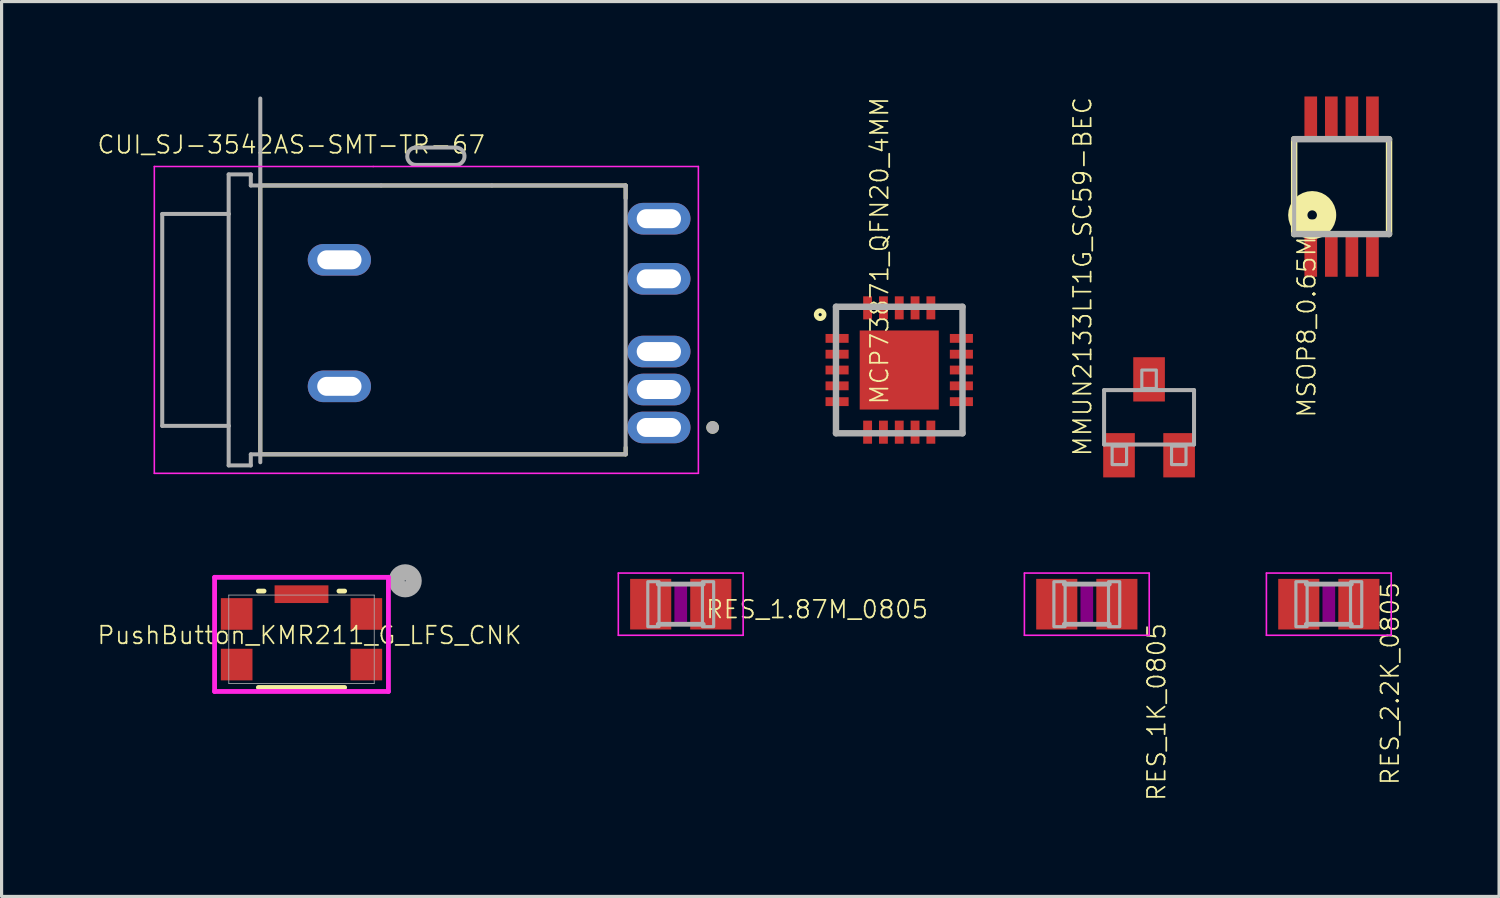
<source format=kicad_pcb>
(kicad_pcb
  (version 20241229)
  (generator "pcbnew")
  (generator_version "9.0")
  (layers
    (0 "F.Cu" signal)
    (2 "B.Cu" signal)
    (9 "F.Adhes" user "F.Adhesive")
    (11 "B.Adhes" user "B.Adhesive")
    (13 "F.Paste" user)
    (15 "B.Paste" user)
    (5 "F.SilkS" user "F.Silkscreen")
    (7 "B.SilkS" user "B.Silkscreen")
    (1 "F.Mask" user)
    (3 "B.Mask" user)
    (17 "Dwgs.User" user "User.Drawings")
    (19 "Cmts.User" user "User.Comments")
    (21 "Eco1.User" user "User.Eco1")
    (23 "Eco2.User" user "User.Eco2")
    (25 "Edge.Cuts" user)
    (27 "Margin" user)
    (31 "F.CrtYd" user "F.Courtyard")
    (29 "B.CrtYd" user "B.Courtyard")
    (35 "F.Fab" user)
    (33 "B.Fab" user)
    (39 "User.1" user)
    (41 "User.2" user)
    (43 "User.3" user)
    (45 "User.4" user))
  (footprint "CUI_SJ-3542AS-SMT-TR-67"
    (layer "F.Cu")
    (at 5.179 7.064)
    (property "Reference" "CUI_SJ-3542AS-SMT-TR-67" (at 0.976 -5.539 0) (layer "F.SilkS") (effects (font (size 0.555 0.555) (thickness 0.055))))
    (attr through_hole)
    (fp_line (start 0 -4.25) (end 0 4.25) (stroke (width 0.127) (type solid)) (layer "F.SilkS"))
    (fp_line (start 0 -4.25) (end 11.55 -4.25) (stroke (width 0.127) (type solid)) (layer "F.SilkS"))
    (fp_line (start 11.55 -4.25) (end 11.55 -3.844) (stroke (width 0.127) (type solid)) (layer "F.SilkS"))
    (fp_line (start 11.55 4.034) (end 11.55 4.25) (stroke (width 0.127) (type solid)) (layer "F.SilkS"))
    (fp_line (start 11.55 4.25) (end 0 4.25) (stroke (width 0.127) (type solid)) (layer "F.SilkS"))
    (fp_circle (center 14.3 3.4) (end 14.4 3.4) (stroke (width 0.2) (type solid)) (fill no) (layer "F.SilkS"))
    (fp_line (start -3.35 -4.85) (end 3.57 -4.85) (stroke (width 0.05) (type solid)) (layer "F.CrtYd"))
    (fp_line (start -3.35 4.85) (end -3.35 -4.85) (stroke (width 0.05) (type solid)) (layer "F.CrtYd"))
    (fp_line (start -3.35 4.85) (end 13.85 4.85) (stroke (width 0.05) (type solid)) (layer "F.CrtYd"))
    (fp_line (start 3.57 -4.85) (end 13.85 -4.85) (stroke (width 0.05) (type solid)) (layer "F.CrtYd"))
    (fp_line (start 13.85 -4.85) (end 13.85 4.85) (stroke (width 0.05) (type solid)) (layer "F.CrtYd"))
    (fp_line (start -3.1 -3.35) (end -1 -3.35) (stroke (width 0.127) (type solid)) (layer "F.Fab"))
    (fp_line (start -3.1 3.35) (end -3.1 -3.35) (stroke (width 0.127) (type solid)) (layer "F.Fab"))
    (fp_line (start -1 -4.6) (end -1 -3.35) (stroke (width 0.127) (type solid)) (layer "F.Fab"))
    (fp_line (start -1 -3.35) (end -1 3.35) (stroke (width 0.127) (type solid)) (layer "F.Fab"))
    (fp_line (start -1 3.35) (end -3.1 3.35) (stroke (width 0.127) (type solid)) (layer "F.Fab"))
    (fp_line (start -1 3.35) (end -1 4.6) (stroke (width 0.127) (type solid)) (layer "F.Fab"))
    (fp_line (start -1 4.6) (end -0.3 4.6) (stroke (width 0.127) (type solid)) (layer "F.Fab"))
    (fp_line (start -0.3 -4.6) (end -1 -4.6) (stroke (width 0.127) (type solid)) (layer "F.Fab"))
    (fp_line (start -0.3 -4.25) (end -0.3 -4.6) (stroke (width 0.127) (type solid)) (layer "F.Fab"))
    (fp_line (start -0.3 -4.25) (end 3.82 -4.25) (stroke (width 0.127) (type solid)) (layer "F.Fab"))
    (fp_line (start -0.3 4.6) (end -0.3 4.25) (stroke (width 0.127) (type solid)) (layer "F.Fab"))
    (fp_line (start 0 4.5) (end 0 -7) (stroke (width 0.127) (type solid)) (layer "F.Fab"))
    (fp_line (start 3.82 -4.25) (end 7.32 -4.25) (stroke (width 0.127) (type solid)) (layer "F.Fab"))
    (fp_line (start 4.89 -5.45) (end 4.9 -5.45) (stroke (width 0.127) (type solid)) (layer "F.Fab"))
    (fp_line (start 4.9 -5.45) (end 6.18 -5.45) (stroke (width 0.127) (type solid)) (layer "F.Fab"))
    (fp_line (start 6.21 -4.9) (end 4.92 -4.9) (stroke (width 0.127) (type solid)) (layer "F.Fab"))
    (fp_line (start 7.32 -4.25) (end 11.55 -4.25) (stroke (width 0.127) (type solid)) (layer "F.Fab"))
    (fp_line (start 11.55 -4.25) (end 11.55 4.25) (stroke (width 0.127) (type solid)) (layer "F.Fab"))
    (fp_line (start 11.55 4.25) (end -0.3 4.25) (stroke (width 0.127) (type solid)) (layer "F.Fab"))
    (fp_arc (start 4.920001 -4.900001) (mid 4.644823 -5.165353) (end 4.9 -5.45) (stroke (width 0.127) (type solid)) (layer "F.Fab"))
    (fp_arc (start 6.180001 -5.45) (mid 6.455411 -5.189202) (end 6.21 -4.9) (stroke (width 0.127) (type solid)) (layer "F.Fab"))
    (fp_circle (center 14.3 3.4) (end 14.4 3.4) (stroke (width 0.2) (type solid)) (fill no) (layer "F.Fab"))
    (pad "1" thru_hole oval (at 12.6 3.4 180) (size 2 1) (drill oval 1.4 0.6) (layers "*.Cu" "*.Mask"))
    (pad "2" thru_hole oval (at 12.6 1 180) (size 2 1) (drill oval 1.4 0.6) (layers "*.Cu" "*.Mask"))
    (pad "3" thru_hole oval (at 12.6 2.2 180) (size 2 1) (drill oval 1.4 0.6) (layers "*.Cu" "*.Mask"))
    (pad "4" thru_hole oval (at 12.6 -3.2 180) (size 2 1) (drill oval 1.4 0.6) (layers "*.Cu" "*.Mask"))
    (pad "5" thru_hole oval (at 12.6 -1.3 180) (size 2 1) (drill oval 1.4 0.6) (layers "*.Cu" "*.Mask"))
    (pad "S1" thru_hole oval (at 2.5 -1.9 180) (size 2 1) (drill oval 1.4 0.6) (layers "*.Cu" "*.Mask"))
    (pad "S2" thru_hole oval (at 2.5 2.1 180) (size 2 1) (drill oval 1.4 0.6) (layers "*.Cu" "*.Mask")))
  (footprint "MCP73871_QFN20_4MM"
    (layer "F.Cu")
    (at 25.379 8.648)
    (property "Reference" "MCP73871_QFN20_4MM" (at -0.949 1.127 90) (layer "F.SilkS") (effects (font (size 0.555 0.555) (thickness 0.055)) (justify left top)))
    (fp_poly (pts (xy -2.4 -0.8) (xy -1.5 -0.8) (xy -1.5 -1.2) (xy -2.4 -1.2)) (stroke (width 0) (type default)) (fill yes) (layer "F.Mask"))
    (fp_poly (pts (xy -2.4 -0.3) (xy -1.5 -0.3) (xy -1.5 -0.7) (xy -2.4 -0.7)) (stroke (width 0) (type default)) (fill yes) (layer "F.Mask"))
    (fp_poly (pts (xy -2.4 0.2) (xy -1.5 0.2) (xy -1.5 -0.2) (xy -2.4 -0.2)) (stroke (width 0) (type default)) (fill yes) (layer "F.Mask"))
    (fp_poly (pts (xy -2.4 0.7) (xy -1.5 0.7) (xy -1.5 0.3) (xy -2.4 0.3)) (stroke (width 0) (type default)) (fill yes) (layer "F.Mask"))
    (fp_poly (pts (xy -2.4 1.2) (xy -1.5 1.2) (xy -1.5 0.8) (xy -2.4 0.8)) (stroke (width 0) (type default)) (fill yes) (layer "F.Mask"))
    (fp_poly (pts (xy -1.2 -2.4) (xy -1.2 -1.5) (xy -0.8 -1.5) (xy -0.8 -2.4)) (stroke (width 0) (type default)) (fill yes) (layer "F.Mask"))
    (fp_poly (pts (xy -0.8 2.4) (xy -0.8 1.5) (xy -1.2 1.5) (xy -1.2 2.4)) (stroke (width 0) (type default)) (fill yes) (layer "F.Mask"))
    (fp_poly (pts (xy -0.7 -2.4) (xy -0.7 -1.5) (xy -0.3 -1.5) (xy -0.3 -2.4)) (stroke (width 0) (type default)) (fill yes) (layer "F.Mask"))
    (fp_poly (pts (xy -0.3 2.4) (xy -0.3 1.5) (xy -0.7 1.5) (xy -0.7 2.4)) (stroke (width 0) (type default)) (fill yes) (layer "F.Mask"))
    (fp_poly (pts (xy -0.2 -2.4) (xy -0.2 -1.5) (xy 0.2 -1.5) (xy 0.2 -2.4)) (stroke (width 0) (type default)) (fill yes) (layer "F.Mask"))
    (fp_poly (pts (xy 0.2 2.4) (xy 0.2 1.5) (xy -0.2 1.5) (xy -0.2 2.4)) (stroke (width 0) (type default)) (fill yes) (layer "F.Mask"))
    (fp_poly (pts (xy 0.3 -2.4) (xy 0.3 -1.5) (xy 0.7 -1.5) (xy 0.7 -2.4)) (stroke (width 0) (type default)) (fill yes) (layer "F.Mask"))
    (fp_poly (pts (xy 0.7 2.4) (xy 0.7 1.5) (xy 0.3 1.5) (xy 0.3 2.4)) (stroke (width 0) (type default)) (fill yes) (layer "F.Mask"))
    (fp_poly (pts (xy 0.8 -2.4) (xy 0.8 -1.5) (xy 1.2 -1.5) (xy 1.2 -2.4)) (stroke (width 0) (type default)) (fill yes) (layer "F.Mask"))
    (fp_poly (pts (xy 1.2 2.4) (xy 1.2 1.5) (xy 0.8 1.5) (xy 0.8 2.4)) (stroke (width 0) (type default)) (fill yes) (layer "F.Mask"))
    (fp_poly (pts (xy 2.4 -1.2) (xy 1.5 -1.2) (xy 1.5 -0.8) (xy 2.4 -0.8)) (stroke (width 0) (type default)) (fill yes) (layer "F.Mask"))
    (fp_poly (pts (xy 2.4 -0.7) (xy 1.5 -0.7) (xy 1.5 -0.3) (xy 2.4 -0.3)) (stroke (width 0) (type default)) (fill yes) (layer "F.Mask"))
    (fp_poly (pts (xy 2.4 -0.2) (xy 1.5 -0.2) (xy 1.5 0.2) (xy 2.4 0.2)) (stroke (width 0) (type default)) (fill yes) (layer "F.Mask"))
    (fp_poly (pts (xy 2.4 0.3) (xy 1.5 0.3) (xy 1.5 0.7) (xy 2.4 0.7)) (stroke (width 0) (type default)) (fill yes) (layer "F.Mask"))
    (fp_poly (pts (xy 2.4 0.8) (xy 1.5 0.8) (xy 1.5 1.2) (xy 2.4 1.2)) (stroke (width 0) (type default)) (fill yes) (layer "F.Mask"))
    (fp_line (start -2 -2) (end -2 -1.5) (stroke (width 0.15) (type solid)) (layer "F.SilkS"))
    (fp_line (start -2 2) (end -2 1.5) (stroke (width 0.15) (type solid)) (layer "F.SilkS"))
    (fp_line (start -1.5 -2) (end -2 -2) (stroke (width 0.15) (type solid)) (layer "F.SilkS"))
    (fp_line (start -1.5 2) (end -2 2) (stroke (width 0.15) (type solid)) (layer "F.SilkS"))
    (fp_line (start 1.5 -2) (end 2 -2) (stroke (width 0.15) (type solid)) (layer "F.SilkS"))
    (fp_line (start 1.5 2) (end 2 2) (stroke (width 0.15) (type solid)) (layer "F.SilkS"))
    (fp_line (start 2 -2) (end 2 -1.5) (stroke (width 0.15) (type solid)) (layer "F.SilkS"))
    (fp_line (start 2 2) (end 2 1.5) (stroke (width 0.15) (type solid)) (layer "F.SilkS"))
    (fp_circle (center -2.5 -1.75) (end -2.375 -1.75) (stroke (width 0.15) (type solid)) (fill no) (layer "F.SilkS"))
    (fp_poly (pts (xy -1 -0.25) (xy -0.25 -0.25) (xy -0.25 -1) (xy -1 -1)) (stroke (width 0) (type default)) (fill yes) (layer "F.Paste"))
    (fp_poly (pts (xy -1 1) (xy -0.25 1) (xy -0.25 0.25) (xy -1 0.25)) (stroke (width 0) (type default)) (fill yes) (layer "F.Paste"))
    (fp_poly (pts (xy 0.25 -0.25) (xy 1 -0.25) (xy 1 -1) (xy 0.25 -1)) (stroke (width 0) (type default)) (fill yes) (layer "F.Paste"))
    (fp_poly (pts (xy 0.25 1) (xy 1 1) (xy 1 0.25) (xy 0.25 0.25)) (stroke (width 0) (type default)) (fill yes) (layer "F.Paste"))
    (fp_line (start -2 -2) (end 2 -2) (stroke (width 0.203) (type solid)) (layer "F.Fab"))
    (fp_line (start -2 2) (end -2 -2) (stroke (width 0.203) (type solid)) (layer "F.Fab"))
    (fp_line (start 2 -2) (end 2 2) (stroke (width 0.203) (type solid)) (layer "F.Fab"))
    (fp_line (start 2 2) (end -2 2) (stroke (width 0.203) (type solid)) (layer "F.Fab"))
    (pad "P$1" smd rect (at -1.965 -1 270) (size 0.28 0.73) (layers "F.Cu" "F.Paste"))
    (pad "P$2" smd rect (at -1.965 -0.5 270) (size 0.28 0.73) (layers "F.Cu" "F.Paste"))
    (pad "P$3" smd rect (at -1.965 0 270) (size 0.28 0.73) (layers "F.Cu" "F.Paste"))
    (pad "P$4" smd rect (at -1.965 0.5 270) (size 0.28 0.73) (layers "F.Cu" "F.Paste"))
    (pad "P$5" smd rect (at -1.965 1 270) (size 0.28 0.73) (layers "F.Cu" "F.Paste"))
    (pad "P$6" smd rect (at -1 1.965) (size 0.28 0.73) (layers "F.Cu" "F.Paste"))
    (pad "P$7" smd rect (at -0.5 1.965) (size 0.28 0.73) (layers "F.Cu" "F.Paste"))
    (pad "P$8" smd rect (at 0 1.965) (size 0.28 0.73) (layers "F.Cu" "F.Paste"))
    (pad "P$9" smd rect (at 0.5 1.965) (size 0.28 0.73) (layers "F.Cu" "F.Paste"))
    (pad "P$10" smd rect (at 1 1.965) (size 0.28 0.73) (layers "F.Cu" "F.Paste"))
    (pad "P$11" smd rect (at 1.965 1 90) (size 0.28 0.73) (layers "F.Cu" "F.Paste"))
    (pad "P$12" smd rect (at 1.965 0.5 90) (size 0.28 0.73) (layers "F.Cu" "F.Paste"))
    (pad "P$13" smd rect (at 1.965 0 90) (size 0.28 0.73) (layers "F.Cu" "F.Paste"))
    (pad "P$14" smd rect (at 1.965 -0.5 90) (size 0.28 0.73) (layers "F.Cu" "F.Paste"))
    (pad "P$15" smd rect (at 1.965 -1 90) (size 0.28 0.73) (layers "F.Cu" "F.Paste"))
    (pad "P$16" smd rect (at 1 -1.965 180) (size 0.28 0.73) (layers "F.Cu" "F.Paste"))
    (pad "P$17" smd rect (at 0.5 -1.965 180) (size 0.28 0.73) (layers "F.Cu" "F.Paste"))
    (pad "P$18" smd rect (at 0 -1.965 180) (size 0.28 0.73) (layers "F.Cu" "F.Paste"))
    (pad "P$19" smd rect (at -0.5 -1.965 180) (size 0.28 0.73) (layers "F.Cu" "F.Paste"))
    (pad "P$20" smd rect (at -1 -1.965 180) (size 0.28 0.73) (layers "F.Cu" "F.Paste"))
    (pad "P$21" smd rect (at 0 0 180) (size 2.5 2.5) (layers "F.Cu" "F.Mask")))
  (footprint "MSOP8_0.65MM"
    (layer "F.Cu")
    (at 39.364 2.85)
    (property "Reference" "MSOP8_0.65MM" (at -0.78 0.9 90) (layer "F.SilkS") (effects (font (size 0.555 0.555) (thickness 0.055)) (justify right bottom)))
    (fp_line (start -1.5 -1.5) (end -1.5 1.5) (stroke (width 0.203) (type solid)) (layer "F.SilkS"))
    (fp_line (start 1.5 1.5) (end 1.5 -1.5) (stroke (width 0.203) (type solid)) (layer "F.SilkS"))
    (fp_circle (center -0.93 0.9) (end -0.78 0.9) (stroke (width 0.61) (type solid)) (fill no) (layer "F.SilkS"))
    (fp_line (start -1.5 -1.5) (end -1.5 1.5) (stroke (width 0.127) (type solid)) (layer "F.Fab"))
    (fp_line (start -1.5 1.5) (end 1.5 1.5) (stroke (width 0.203) (type solid)) (layer "F.Fab"))
    (fp_line (start 1.5 -1.5) (end -1.5 -1.5) (stroke (width 0.203) (type solid)) (layer "F.Fab"))
    (fp_line (start 1.5 1.5) (end 1.5 -1.5) (stroke (width 0.127) (type solid)) (layer "F.Fab"))
    (pad "1" smd rect (at -0.975 2.2 270) (size 1.3 0.4) (layers "F.Cu" "F.Mask" "F.Paste"))
    (pad "2" smd rect (at -0.325 2.2 270) (size 1.3 0.4) (layers "F.Cu" "F.Mask" "F.Paste"))
    (pad "3" smd rect (at 0.325 2.2 270) (size 1.3 0.4) (layers "F.Cu" "F.Mask" "F.Paste"))
    (pad "4" smd rect (at 0.975 2.2 270) (size 1.3 0.4) (layers "F.Cu" "F.Mask" "F.Paste"))
    (pad "5" smd rect (at 0.975 -2.2 270) (size 1.3 0.4) (layers "F.Cu" "F.Mask" "F.Paste"))
    (pad "6" smd rect (at 0.325 -2.2 270) (size 1.3 0.4) (layers "F.Cu" "F.Mask" "F.Paste"))
    (pad "7" smd rect (at -0.325 -2.2 270) (size 1.3 0.4) (layers "F.Cu" "F.Mask" "F.Paste"))
    (pad "8" smd rect (at -0.975 -2.2 270) (size 1.3 0.4) (layers "F.Cu" "F.Mask" "F.Paste")))
  (footprint "RES_1K_0805"
    (layer "F.Cu")
    (at 31.309 16.051)
    (property "Reference" "RES_1K_0805" (at 2.53 0.559 90) (layer "F.SilkS") (effects (font (size 0.555 0.555) (thickness 0.055)) (justify right bottom)))
    (fp_poly (pts (xy -0.2 0.6) (xy 0.2 0.6) (xy 0.2 -0.6) (xy -0.2 -0.6)) (stroke (width 0) (type default)) (fill yes) (layer "F.Adhes"))
    (fp_line (start -1.973 -0.983) (end 1.973 -0.983) (stroke (width 0.051) (type solid)) (layer "F.CrtYd"))
    (fp_line (start -1.973 0.983) (end -1.973 -0.983) (stroke (width 0.051) (type solid)) (layer "F.CrtYd"))
    (fp_line (start 1.973 -0.983) (end 1.973 0.983) (stroke (width 0.051) (type solid)) (layer "F.CrtYd"))
    (fp_line (start 1.973 0.983) (end -1.973 0.983) (stroke (width 0.051) (type solid)) (layer "F.CrtYd"))
    (fp_line (start 0.711 -0.635) (end -0.711 -0.635) (stroke (width 0.152) (type solid)) (layer "F.Fab"))
    (fp_line (start 0.711 0.635) (end -0.711 0.635) (stroke (width 0.152) (type solid)) (layer "F.Fab"))
    (fp_poly (pts (xy -1.041 0.711) (xy -0.686 0.711) (xy -0.686 -0.711) (xy -1.041 -0.711)) (stroke (width 0.1) (type default)) (fill no) (layer "F.Fab"))
    (fp_poly (pts (xy 0.686 0.711) (xy 1.041 0.711) (xy 1.041 -0.711) (xy 0.686 -0.711)) (stroke (width 0.1) (type default)) (fill no) (layer "F.Fab"))
    (pad "1" smd rect (at -0.95 0) (size 1.3 1.6) (layers "F.Cu" "F.Mask" "F.Paste"))
    (pad "2" smd rect (at 0.95 0) (size 1.3 1.6) (layers "F.Cu" "F.Mask" "F.Paste")))
  (footprint "PushButton_KMR211_G_LFS_CNK"
    (layer "F.Cu")
    (at 6.482 19.7)
    (property "Reference" "PushButton_KMR211_G_LFS_CNK" (at 0.254 -2.667 0) (unlocked yes) (layer "F.SilkS") (effects (font (size 0.555 0.555) (thickness 0.055))))
    (attr smd)
    (fp_line (start -1.364 -1.016) (end 1.364 -1.016) (stroke (width 0.152) (type solid)) (layer "F.SilkS"))
    (fp_line (start -1.184 -4.064) (end -1.364 -4.064) (stroke (width 0.152) (type solid)) (layer "F.SilkS"))
    (fp_line (start 1.364 -4.064) (end 1.184 -4.064) (stroke (width 0.152) (type solid)) (layer "F.SilkS"))
    (fp_line (start -2.748 -4.498) (end -2.748 -0.889) (stroke (width 0.152) (type solid)) (layer "F.CrtYd"))
    (fp_line (start -2.748 -0.889) (end 2.748 -0.889) (stroke (width 0.152) (type solid)) (layer "F.CrtYd"))
    (fp_line (start 2.748 -4.498) (end -2.748 -4.498) (stroke (width 0.152) (type solid)) (layer "F.CrtYd"))
    (fp_line (start 2.748 -0.889) (end 2.748 -4.498) (stroke (width 0.152) (type solid)) (layer "F.CrtYd"))
    (fp_line (start -2.299 -3.937) (end -2.299 -1.143) (stroke (width 0.025) (type solid)) (layer "F.Fab"))
    (fp_line (start -2.299 -1.143) (end 2.299 -1.143) (stroke (width 0.025) (type solid)) (layer "F.Fab"))
    (fp_line (start 2.299 -3.937) (end -2.299 -3.937) (stroke (width 0.025) (type solid)) (layer "F.Fab"))
    (fp_line (start 2.299 -1.143) (end 2.299 -3.937) (stroke (width 0.025) (type solid)) (layer "F.Fab"))
    (fp_circle (center 3.278 -4.388) (end 3.289 -4.377) (stroke (width 0.508) (type solid)) (fill no) (layer "F.Fab"))
    (pad "1" smd rect (at 2.05 -3.34 180) (size 1 1) (layers "F.Cu" "F.Mask" "F.Paste"))
    (pad "2" smd rect (at 2.05 -1.74 180) (size 1 1) (layers "F.Cu" "F.Mask" "F.Paste"))
    (pad "3" smd rect (at -2.05 -1.74 180) (size 1 1) (layers "F.Cu" "F.Mask" "F.Paste"))
    (pad "4" smd rect (at -2.05 -3.34 180) (size 1 1) (layers "F.Cu" "F.Mask" "F.Paste"))
    (pad "5" smd rect (at 0 -3.965 180) (size 1.702 0.559) (layers "F.Cu" "F.Mask" "F.Paste")))
  (footprint "RES_1.87M_0805"
    (layer "F.Cu")
    (at 18.471 16.051)
    (property "Reference" "RES_1.87M_0805" (at 0.759 0.49 0) (layer "F.SilkS") (effects (font (size 0.555 0.555) (thickness 0.055)) (justify left bottom)))
    (fp_poly (pts (xy -0.2 0.6) (xy 0.2 0.6) (xy 0.2 -0.6) (xy -0.2 -0.6)) (stroke (width 0) (type default)) (fill yes) (layer "F.Adhes"))
    (fp_line (start -1.973 -0.983) (end 1.973 -0.983) (stroke (width 0.051) (type solid)) (layer "F.CrtYd"))
    (fp_line (start -1.973 0.983) (end -1.973 -0.983) (stroke (width 0.051) (type solid)) (layer "F.CrtYd"))
    (fp_line (start 1.973 -0.983) (end 1.973 0.983) (stroke (width 0.051) (type solid)) (layer "F.CrtYd"))
    (fp_line (start 1.973 0.983) (end -1.973 0.983) (stroke (width 0.051) (type solid)) (layer "F.CrtYd"))
    (fp_line (start 0.711 -0.635) (end -0.711 -0.635) (stroke (width 0.152) (type solid)) (layer "F.Fab"))
    (fp_line (start 0.711 0.635) (end -0.711 0.635) (stroke (width 0.152) (type solid)) (layer "F.Fab"))
    (fp_poly (pts (xy -1.041 0.711) (xy -0.686 0.711) (xy -0.686 -0.711) (xy -1.041 -0.711)) (stroke (width 0.1) (type default)) (fill no) (layer "F.Fab"))
    (fp_poly (pts (xy 0.686 0.711) (xy 1.041 0.711) (xy 1.041 -0.711) (xy 0.686 -0.711)) (stroke (width 0.1) (type default)) (fill no) (layer "F.Fab"))
    (pad "1" smd rect (at -0.95 0) (size 1.3 1.6) (layers "F.Cu" "F.Mask" "F.Paste"))
    (pad "2" smd rect (at 0.95 0) (size 1.3 1.6) (layers "F.Cu" "F.Mask" "F.Paste")))
  (footprint "MMUN2133LT1G_SC59-BEC"
    (layer "F.Cu")
    (at 33.277 10.143)
    (property "Reference" "MMUN2133LT1G_SC59-BEC" (at -1.778 1.27 90) (layer "F.SilkS") (effects (font (size 0.555 0.555) (thickness 0.055)) (justify left bottom)))
    (fp_line (start -1.422 -0.86) (end 1.422 -0.86) (stroke (width 0.127) (type solid)) (layer "F.Fab"))
    (fp_line (start -1.422 0.86) (end -1.422 -0.86) (stroke (width 0.127) (type solid)) (layer "F.Fab"))
    (fp_line (start 1.422 -0.86) (end 1.422 0.86) (stroke (width 0.127) (type solid)) (layer "F.Fab"))
    (fp_line (start 1.422 0.86) (end -1.422 0.86) (stroke (width 0.127) (type solid)) (layer "F.Fab"))
    (fp_poly (pts (xy -1.168 1.495) (xy -0.711 1.495) (xy -0.711 0.911) (xy -1.168 0.911)) (stroke (width 0.1) (type default)) (fill no) (layer "F.Fab"))
    (fp_poly (pts (xy -0.229 -0.911) (xy 0.229 -0.911) (xy 0.229 -1.495) (xy -0.229 -1.495)) (stroke (width 0.1) (type default)) (fill no) (layer "F.Fab"))
    (fp_poly (pts (xy 0.711 1.495) (xy 1.168 1.495) (xy 1.168 0.911) (xy 0.711 0.911)) (stroke (width 0.1) (type default)) (fill no) (layer "F.Fab"))
    (pad "B" smd rect (at -0.95 1.2 180) (size 1 1.4) (layers "F.Cu" "F.Mask" "F.Paste"))
    (pad "C" smd rect (at 0 -1.2 180) (size 1 1.4) (layers "F.Cu" "F.Mask" "F.Paste"))
    (pad "E" smd rect (at 0.95 1.2 180) (size 1 1.4) (layers "F.Cu" "F.Mask" "F.Paste")))
  (footprint "RES_2.2K_0805"
    (layer "F.Cu")
    (at 38.96 16.051)
    (property "Reference" "RES_2.2K_0805" (at 2.261 -0.737 90) (layer "F.SilkS") (effects (font (size 0.555 0.555) (thickness 0.055)) (justify right bottom)))
    (fp_poly (pts (xy -0.2 0.6) (xy 0.2 0.6) (xy 0.2 -0.6) (xy -0.2 -0.6)) (stroke (width 0) (type default)) (fill yes) (layer "F.Adhes"))
    (fp_line (start -1.973 -0.983) (end 1.973 -0.983) (stroke (width 0.051) (type solid)) (layer "F.CrtYd"))
    (fp_line (start -1.973 0.983) (end -1.973 -0.983) (stroke (width 0.051) (type solid)) (layer "F.CrtYd"))
    (fp_line (start 1.973 -0.983) (end 1.973 0.983) (stroke (width 0.051) (type solid)) (layer "F.CrtYd"))
    (fp_line (start 1.973 0.983) (end -1.973 0.983) (stroke (width 0.051) (type solid)) (layer "F.CrtYd"))
    (fp_line (start 0.711 -0.635) (end -0.711 -0.635) (stroke (width 0.152) (type solid)) (layer "F.Fab"))
    (fp_line (start 0.711 0.635) (end -0.711 0.635) (stroke (width 0.152) (type solid)) (layer "F.Fab"))
    (fp_poly (pts (xy -1.041 0.711) (xy -0.686 0.711) (xy -0.686 -0.711) (xy -1.041 -0.711)) (stroke (width 0.1) (type default)) (fill no) (layer "F.Fab"))
    (fp_poly (pts (xy 0.686 0.711) (xy 1.041 0.711) (xy 1.041 -0.711) (xy 0.686 -0.711)) (stroke (width 0.1) (type default)) (fill no) (layer "F.Fab"))
    (pad "1" smd rect (at -0.95 0) (size 1.3 1.6) (layers "F.Cu" "F.Mask" "F.Paste"))
    (pad "2" smd rect (at 0.95 0) (size 1.3 1.6) (layers "F.Cu" "F.Mask" "F.Paste")))
  (gr_rect
    (start -3 -3)
    (end 44.342 25.29)
    (stroke (width 0.1) (type default))
    (fill no)
    (layer "Edge.Cuts")))
</source>
